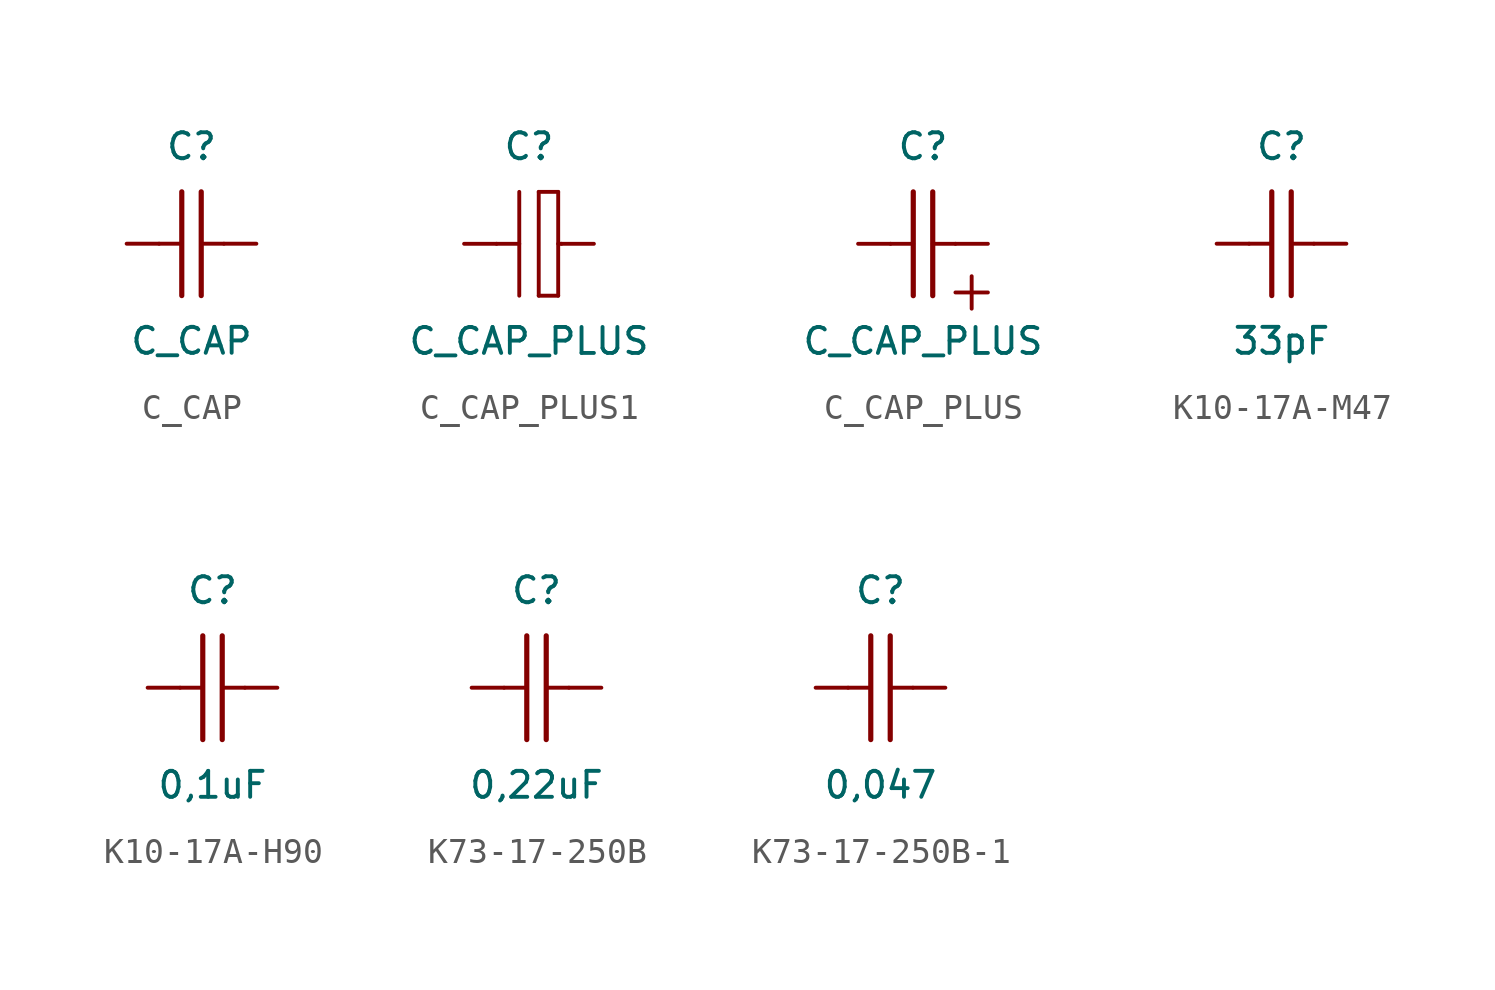
<source format=kicad_sym>
(kicad_symbol_lib
  (version 20220914)
  (generator kicad_symbol_editor)
  (symbol "C_CAP"
    (pin_numbers hide)
    (pin_names
      (offset 0) hide)
    (property "Reference" "C"
      (at 0 3.81 0)
      (effects (font (size 1.016 1.016))))
    (property "Value" "C_CAP"
      (at 0 -3.81 0)
      (effects (font (size 1.016 1.016))))
    (symbol "C_CAP_1_0"
      (polyline (pts (xy -1.27 0) (xy -0.381 0)) (stroke (width 0) (type default)) (fill (type none)))
      (polyline (pts (xy -0.381 -2.032) (xy -0.381 2.032)) (stroke (width 0.203) (type default)) (fill (type none)))
      (polyline (pts (xy 0.381 -2.032) (xy 0.381 2.032)) (stroke (width 0.203) (type default)) (fill (type none)))
      (polyline (pts (xy 1.27 0) (xy 0.381 0)) (stroke (width 0) (type default)) (fill (type none))))
    (symbol "C_CAP_1_1"
      (pin passive line (at -2.54 0 0) (length 1.27) (name "~" (effects (font (size 1.016 1.016)))) (number "1" (effects (font (size 1.016 1.016)))))
      (pin passive line (at 2.54 0 180) (length 1.27) (name "~" (effects (font (size 1.016 1.016)))) (number "2" (effects (font (size 1.016 1.016)))))))
  (symbol "C_CAP_PLUS1"
    (pin_numbers hide)
    (pin_names
      (offset 0) hide)
    (property "Reference" "C"
      (at 0 3.81 0)
      (effects (font (size 1.016 1.016))))
    (property "Value" "C_CAP_PLUS"
      (at 0 -3.81 0)
      (effects (font (size 1.016 1.016))))
    (symbol "C_CAP_PLUS1_0_0"
      (polyline (pts (xy 1.143 -2.032) (xy 0.381 -2.032)) (stroke (width 0) (type default)) (fill (type none)))
      (polyline (pts (xy 1.143 2.032) (xy 0.381 2.032)) (stroke (width 0) (type default)) (fill (type none))))
    (symbol "C_CAP_PLUS1_1_0"
      (polyline (pts (xy -1.27 0) (xy -0.381 0)) (stroke (width 0) (type default)) (fill (type none)))
      (polyline (pts (xy -0.381 -2.032) (xy -0.381 2.032)) (stroke (width 0) (type default)) (fill (type none)))
      (polyline (pts (xy 0.381 -2.032) (xy 0.381 2.032)) (stroke (width 0) (type default)) (fill (type none)))
      (polyline (pts (xy 1.143 -2.032) (xy 1.143 2.032)) (stroke (width 0) (type default)) (fill (type none)))
      (polyline (pts (xy 1.27 0) (xy 1.143 0)) (stroke (width 0) (type default)) (fill (type none))))
    (symbol "C_CAP_PLUS1_1_1"
      (pin passive line (at 2.54 0 180) (length 1.27) (name "~" (effects (font (size 1.016 1.016)))) (number "1" (effects (font (size 1.016 1.016)))))
      (pin passive line (at -2.54 0 0) (length 1.27) (name "~" (effects (font (size 1.016 1.016)))) (number "2" (effects (font (size 1.016 1.016)))))))
  (symbol "C_CAP_PLUS"
    (pin_numbers hide)
    (pin_names
      (offset 0) hide)
    (property "Reference" "C"
      (at 0 3.81 0)
      (effects (font (size 1.016 1.016))))
    (property "Value" "C_CAP_PLUS"
      (at 0 -3.81 0)
      (effects (font (size 1.016 1.016))))
    (symbol "C_CAP_PLUS_1_0"
      (polyline (pts (xy -1.27 0) (xy -0.381 0)) (stroke (width 0) (type default)) (fill (type none)))
      (polyline (pts (xy -0.381 -2.032) (xy -0.381 2.032)) (stroke (width 0.203) (type default)) (fill (type none)))
      (polyline (pts (xy 0.381 -2.032) (xy 0.381 2.032)) (stroke (width 0.203) (type default)) (fill (type none)))
      (polyline (pts (xy 1.27 0) (xy 0.381 0)) (stroke (width 0) (type default)) (fill (type none)))
      (polyline (pts (xy 1.905 -1.27) (xy 1.905 -2.54)) (stroke (width 0) (type default)) (fill (type none)))
      (polyline (pts (xy 2.54 -1.905) (xy 1.27 -1.905)) (stroke (width 0) (type default)) (fill (type none))))
    (symbol "C_CAP_PLUS_1_1"
      (pin passive line (at 2.54 0 180) (length 1.27) (name "~" (effects (font (size 1.016 1.016)))) (number "1" (effects (font (size 1.016 1.016)))))
      (pin passive line (at -2.54 0 0) (length 1.27) (name "~" (effects (font (size 1.016 1.016)))) (number "2" (effects (font (size 1.016 1.016)))))))
  (symbol "К10-17А-М47"
    (pin_numbers hide)
    (pin_names
      (offset 0) hide)
    (property "Reference" "C"
      (at 0 3.81 0)
      (effects (font (size 1.016 1.016))))
    (property "Value" "33pF"
      (at 0 -3.81 0)
      (effects (font (size 1.016 1.016))))
    (symbol "К10-17А-М47_1_0"
      (polyline (pts (xy -1.27 0) (xy -0.381 0)) (stroke (width 0) (type default)) (fill (type none)))
      (polyline (pts (xy -0.381 -2.032) (xy -0.381 2.032)) (stroke (width 0.203) (type default)) (fill (type none)))
      (polyline (pts (xy 0.381 -2.032) (xy 0.381 2.032)) (stroke (width 0.203) (type default)) (fill (type none)))
      (polyline (pts (xy 1.27 0) (xy 0.381 0)) (stroke (width 0) (type default)) (fill (type none))))
    (symbol "К10-17А-М47_1_1"
      (pin passive line (at -2.54 0 0) (length 1.27) (name "~" (effects (font (size 1.016 1.016)))) (number "1" (effects (font (size 1.016 1.016)))))
      (pin passive line (at 2.54 0 180) (length 1.27) (name "~" (effects (font (size 1.016 1.016)))) (number "2" (effects (font (size 1.016 1.016)))))))
  (symbol "К10-17А-Н90"
    (pin_numbers hide)
    (pin_names
      (offset 0) hide)
    (property "Reference" "C"
      (at 0 3.81 0)
      (effects (font (size 1.016 1.016))))
    (property "Value" "0,1uF"
      (at 0 -3.81 0)
      (effects (font (size 1.016 1.016))))
    (symbol "К10-17А-Н90_1_0"
      (polyline (pts (xy -1.27 0) (xy -0.381 0)) (stroke (width 0) (type default)) (fill (type none)))
      (polyline (pts (xy -0.381 -2.032) (xy -0.381 2.032)) (stroke (width 0.203) (type default)) (fill (type none)))
      (polyline (pts (xy 0.381 -2.032) (xy 0.381 2.032)) (stroke (width 0.203) (type default)) (fill (type none)))
      (polyline (pts (xy 1.27 0) (xy 0.381 0)) (stroke (width 0) (type default)) (fill (type none))))
    (symbol "К10-17А-Н90_1_1"
      (pin passive line (at -2.54 0 0) (length 1.27) (name "~" (effects (font (size 1.016 1.016)))) (number "1" (effects (font (size 1.016 1.016)))))
      (pin passive line (at 2.54 0 180) (length 1.27) (name "~" (effects (font (size 1.016 1.016)))) (number "2" (effects (font (size 1.016 1.016)))))))
  (symbol "К73-17-250В"
    (pin_numbers hide)
    (pin_names
      (offset 0) hide)
    (property "Reference" "C"
      (at 0 3.81 0)
      (effects (font (size 1.016 1.016))))
    (property "Value" "0,22uF"
      (at 0 -3.81 0)
      (effects (font (size 1.016 1.016))))
    (symbol "К73-17-250В_1_0"
      (polyline (pts (xy -1.27 0) (xy -0.381 0)) (stroke (width 0) (type default)) (fill (type none)))
      (polyline (pts (xy -0.381 -2.032) (xy -0.381 2.032)) (stroke (width 0.203) (type default)) (fill (type none)))
      (polyline (pts (xy 0.381 -2.032) (xy 0.381 2.032)) (stroke (width 0.203) (type default)) (fill (type none)))
      (polyline (pts (xy 1.27 0) (xy 0.381 0)) (stroke (width 0) (type default)) (fill (type none))))
    (symbol "К73-17-250В_1_1"
      (pin passive line (at -2.54 0 0) (length 1.27) (name "~" (effects (font (size 1.016 1.016)))) (number "1" (effects (font (size 1.016 1.016)))))
      (pin passive line (at 2.54 0 180) (length 1.27) (name "~" (effects (font (size 1.016 1.016)))) (number "2" (effects (font (size 1.016 1.016)))))))
  (symbol "К73-17-250В-1"
    (pin_numbers hide)
    (pin_names
      (offset 0) hide)
    (property "Reference" "C"
      (at 0 3.81 0)
      (effects (font (size 1.016 1.016))))
    (property "Value" "0,047"
      (at 0 -3.81 0)
      (effects (font (size 1.016 1.016))))
    (symbol "К73-17-250В-1_1_0"
      (polyline (pts (xy -1.27 0) (xy -0.381 0)) (stroke (width 0) (type default)) (fill (type none)))
      (polyline (pts (xy -0.381 -2.032) (xy -0.381 2.032)) (stroke (width 0.203) (type default)) (fill (type none)))
      (polyline (pts (xy 0.381 -2.032) (xy 0.381 2.032)) (stroke (width 0.203) (type default)) (fill (type none)))
      (polyline (pts (xy 1.27 0) (xy 0.381 0)) (stroke (width 0) (type default)) (fill (type none))))
    (symbol "К73-17-250В-1_1_1"
      (pin passive line (at -2.54 0 0) (length 1.27) (name "~" (effects (font (size 1.016 1.016)))) (number "1" (effects (font (size 1.016 1.016)))))
      (pin passive line (at 2.54 0 180) (length 1.27) (name "~" (effects (font (size 1.016 1.016)))) (number "2" (effects (font (size 1.016 1.016))))))))
</source>
